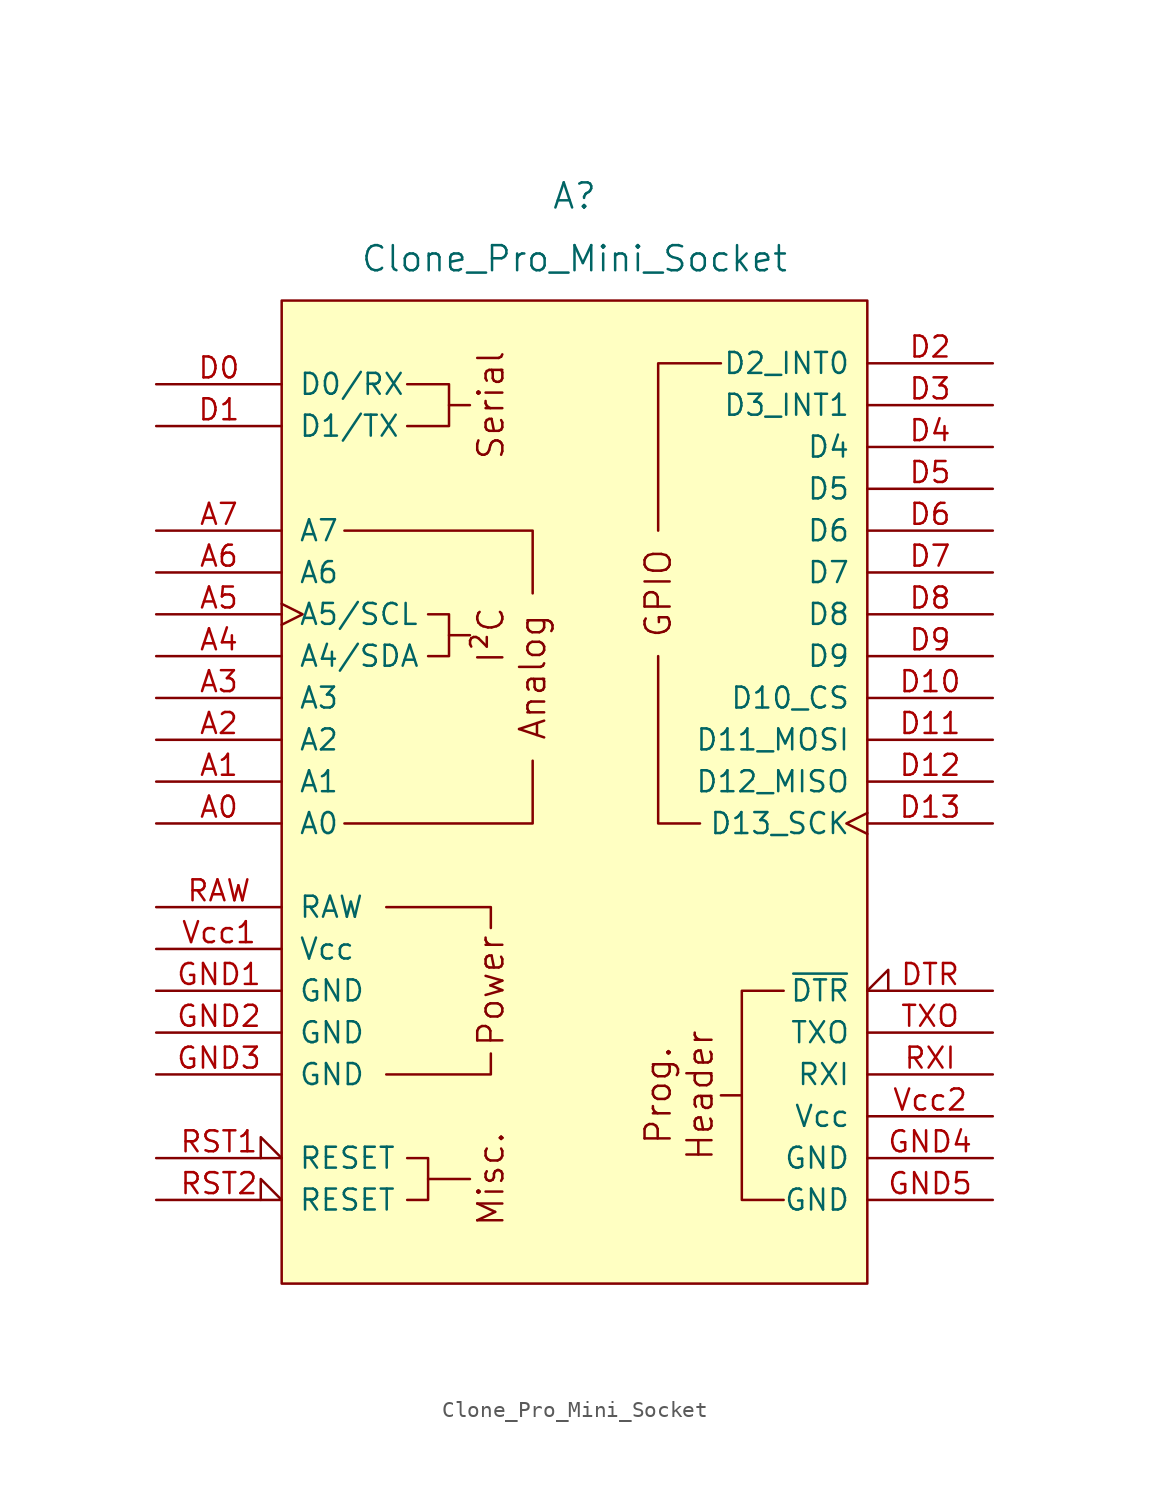
<source format=kicad_sym>
(kicad_symbol_lib
  (version 20220914)
  (generator kicad_symbol_editor)
  (symbol "Clone_Pro_Mini_Socket"
    (pin_names
      (offset 1.016))
    (property "Reference" "A"
      (at 0 36.83 0)
      (effects (font (size 1.524 1.524))))
    (property "Value" "Clone_Pro_Mini_Socket"
      (at 0 33.02 0)
      (effects (font (size 1.524 1.524))))
    (symbol "Clone_Pro_Mini_Socket_0_0"
      (rectangle (start -17.78 30.48) (end 17.78 -29.21) (stroke (width 0) (type default)) (fill (type background)))
      (polyline (pts (xy -7.62 10.16) (xy -6.35 10.16)) (stroke (width 0) (type default)) (fill (type none)))
      (polyline (pts (xy -7.62 24.13) (xy -6.35 24.13)) (stroke (width 0) (type default)) (fill (type none)))
      (polyline (pts (xy -6.35 -22.86) (xy -8.89 -22.86)) (stroke (width 0) (type default)) (fill (type none)))
      (polyline (pts (xy -11.43 -16.51) (xy -5.08 -16.51) (xy -5.08 -15.24)) (stroke (width 0) (type default)) (fill (type none)))
      (polyline (pts (xy -5.08 -7.62) (xy -5.08 -6.35) (xy -11.43 -6.35)) (stroke (width 0) (type default)) (fill (type none)))
      (polyline (pts (xy -2.54 2.54) (xy -2.54 -1.27) (xy -13.97 -1.27)) (stroke (width 0) (type default)) (fill (type none)))
      (polyline (pts (xy -2.54 12.7) (xy -2.54 16.51) (xy -13.97 16.51)) (stroke (width 0) (type default)) (fill (type none)))
      (polyline (pts (xy -10.16 25.4) (xy -7.62 25.4) (xy -7.62 22.86) (xy -10.16 22.86)) (stroke (width 0) (type default)) (fill (type none)))
      (polyline (pts (xy -8.89 11.43) (xy -7.62 11.43) (xy -7.62 8.89) (xy -8.89 8.89)) (stroke (width 0) (type default)) (fill (type none)))
      (polyline (pts (xy 12.7 -11.43) (xy 10.16 -11.43) (xy 10.16 -16.51) (xy 10.16 -17.78) (xy 8.89 -17.78) (xy 10.16 -17.78) (xy 10.16 -24.13) (xy 12.7 -24.13)) (stroke (width 0) (type default)) (fill (type none)))
      (text "Analog" (at -2.54 7.62 900) (effects (font (size 1.524 1.524))))
      (text "Header" (at 7.62 -17.78 900) (effects (font (size 1.524 1.524))))
      (text "I²C" (at -5.08 10.16 900) (effects (font (size 1.524 1.524))))
      (text "Misc." (at -5.08 -22.86 900) (effects (font (size 1.524 1.524))))
      (text "Power" (at -5.08 -11.43 900) (effects (font (size 1.524 1.524))))
      (text "Prog." (at 5.08 -17.78 900) (effects (font (size 1.524 1.524))))
      (text "Serial" (at -5.08 24.13 900) (effects (font (size 1.524 1.524)))))
    (symbol "Clone_Pro_Mini_Socket_0_1"
      (polyline (pts (xy 7.62 -1.27) (xy 5.08 -1.27) (xy 5.08 8.89)) (stroke (width 0) (type default)) (fill (type none)))
      (polyline (pts (xy 8.89 26.67) (xy 5.08 26.67) (xy 5.08 16.51)) (stroke (width 0) (type default)) (fill (type none)))
      (polyline (pts (xy -10.16 -24.13) (xy -8.89 -24.13) (xy -8.89 -21.59) (xy -10.16 -21.59)) (stroke (width 0) (type default)) (fill (type none))))
    (symbol "Clone_Pro_Mini_Socket_1_0"
      (text "GPIO" (at 5.08 12.7 900) (effects (font (size 1.524 1.524)))))
    (symbol "Clone_Pro_Mini_Socket_1_1"
      (pin bidirectional line (at -25.4 -1.27 0) (length 7.62) (name "A0" (effects (font (size 1.27 1.27)))) (number "A0" (effects (font (size 1.27 1.27)))))
      (pin bidirectional line (at -25.4 1.27 0) (length 7.62) (name "A1" (effects (font (size 1.27 1.27)))) (number "A1" (effects (font (size 1.27 1.27)))))
      (pin bidirectional line (at -25.4 3.81 0) (length 7.62) (name "A2" (effects (font (size 1.27 1.27)))) (number "A2" (effects (font (size 1.27 1.27)))))
      (pin bidirectional line (at -25.4 6.35 0) (length 7.62) (name "A3" (effects (font (size 1.27 1.27)))) (number "A3" (effects (font (size 1.27 1.27)))))
      (pin bidirectional line (at -25.4 8.89 0) (length 7.62) (name "A4/SDA" (effects (font (size 1.27 1.27)))) (number "A4" (effects (font (size 1.27 1.27)))))
      (pin bidirectional clock (at -25.4 11.43 0) (length 7.62) (name "A5/SCL" (effects (font (size 1.27 1.27)))) (number "A5" (effects (font (size 1.27 1.27)))))
      (pin input line (at -25.4 13.97 0) (length 7.62) (name "A6" (effects (font (size 1.27 1.27)))) (number "A6" (effects (font (size 1.27 1.27)))))
      (pin input line (at -25.4 16.51 0) (length 7.62) (name "A7" (effects (font (size 1.27 1.27)))) (number "A7" (effects (font (size 1.27 1.27)))))
      (pin bidirectional line (at -25.4 25.4 0) (length 7.62) (name "D0/RX" (effects (font (size 1.27 1.27)))) (number "D0" (effects (font (size 1.27 1.27)))))
      (pin bidirectional line (at -25.4 22.86 0) (length 7.62) (name "D1/TX" (effects (font (size 1.27 1.27)))) (number "D1" (effects (font (size 1.27 1.27)))))
      (pin bidirectional line (at 25.4 6.35 180) (length 7.62) (name "D10_CS" (effects (font (size 1.27 1.27)))) (number "D10" (effects (font (size 1.27 1.27)))))
      (pin bidirectional line (at 25.4 3.81 180) (length 7.62) (name "D11_MOSI" (effects (font (size 1.27 1.27)))) (number "D11" (effects (font (size 1.27 1.27)))))
      (pin bidirectional line (at 25.4 1.27 180) (length 7.62) (name "D12_MISO" (effects (font (size 1.27 1.27)))) (number "D12" (effects (font (size 1.27 1.27)))))
      (pin bidirectional clock (at 25.4 -1.27 180) (length 7.62) (name "D13_SCK" (effects (font (size 1.27 1.27)))) (number "D13" (effects (font (size 1.27 1.27)))))
      (pin bidirectional line (at 25.4 26.67 180) (length 7.62) (name "D2_INT0" (effects (font (size 1.27 1.27)))) (number "D2" (effects (font (size 1.27 1.27)))))
      (pin bidirectional line (at 25.4 24.13 180) (length 7.62) (name "D3_INT1" (effects (font (size 1.27 1.27)))) (number "D3" (effects (font (size 1.27 1.27)))))
      (pin bidirectional line (at 25.4 21.59 180) (length 7.62) (name "D4" (effects (font (size 1.27 1.27)))) (number "D4" (effects (font (size 1.27 1.27)))))
      (pin bidirectional line (at 25.4 19.05 180) (length 7.62) (name "D5" (effects (font (size 1.27 1.27)))) (number "D5" (effects (font (size 1.27 1.27)))))
      (pin bidirectional line (at 25.4 16.51 180) (length 7.62) (name "D6" (effects (font (size 1.27 1.27)))) (number "D6" (effects (font (size 1.27 1.27)))))
      (pin bidirectional line (at 25.4 13.97 180) (length 7.62) (name "D7" (effects (font (size 1.27 1.27)))) (number "D7" (effects (font (size 1.27 1.27)))))
      (pin bidirectional line (at 25.4 11.43 180) (length 7.62) (name "D8" (effects (font (size 1.27 1.27)))) (number "D8" (effects (font (size 1.27 1.27)))))
      (pin bidirectional line (at 25.4 8.89 180) (length 7.62) (name "D9" (effects (font (size 1.27 1.27)))) (number "D9" (effects (font (size 1.27 1.27)))))
      (pin input input_low (at 25.4 -11.43 180) (length 7.62) (name "~{DTR}" (effects (font (size 1.27 1.27)))) (number "DTR" (effects (font (size 1.27 1.27)))))
      (pin power_in line (at -25.4 -11.43 0) (length 7.62) (name "GND" (effects (font (size 1.27 1.27)))) (number "GND1" (effects (font (size 1.27 1.27)))))
      (pin power_in line (at -25.4 -13.97 0) (length 7.62) (name "GND" (effects (font (size 1.27 1.27)))) (number "GND2" (effects (font (size 1.27 1.27)))))
      (pin power_in line (at -25.4 -16.51 0) (length 7.62) (name "GND" (effects (font (size 1.27 1.27)))) (number "GND3" (effects (font (size 1.27 1.27)))))
      (pin power_in line (at 25.4 -21.59 180) (length 7.62) (name "GND" (effects (font (size 1.27 1.27)))) (number "GND4" (effects (font (size 1.27 1.27)))))
      (pin power_in line (at 25.4 -24.13 180) (length 7.62) (name "GND" (effects (font (size 1.27 1.27)))) (number "GND5" (effects (font (size 1.27 1.27)))))
      (pin power_in line (at -25.4 -6.35 0) (length 7.62) (name "RAW" (effects (font (size 1.27 1.27)))) (number "RAW" (effects (font (size 1.27 1.27)))))
      (pin open_collector input_low (at -25.4 -21.59 0) (length 7.62) (name "RESET" (effects (font (size 1.27 1.27)))) (number "RST1" (effects (font (size 1.27 1.27)))))
      (pin open_collector input_low (at -25.4 -24.13 0) (length 7.62) (name "RESET" (effects (font (size 1.27 1.27)))) (number "RST2" (effects (font (size 1.27 1.27)))))
      (pin input line (at 25.4 -16.51 180) (length 7.62) (name "RXI" (effects (font (size 1.27 1.27)))) (number "RXI" (effects (font (size 1.27 1.27)))))
      (pin output line (at 25.4 -13.97 180) (length 7.62) (name "TXO" (effects (font (size 1.27 1.27)))) (number "TXO" (effects (font (size 1.27 1.27)))))
      (pin power_in line (at -25.4 -8.89 0) (length 7.62) (name "Vcc" (effects (font (size 1.27 1.27)))) (number "Vcc1" (effects (font (size 1.27 1.27)))))
      (pin power_in line (at 25.4 -19.05 180) (length 7.62) (name "Vcc" (effects (font (size 1.27 1.27)))) (number "Vcc2" (effects (font (size 1.27 1.27))))))))
</source>
